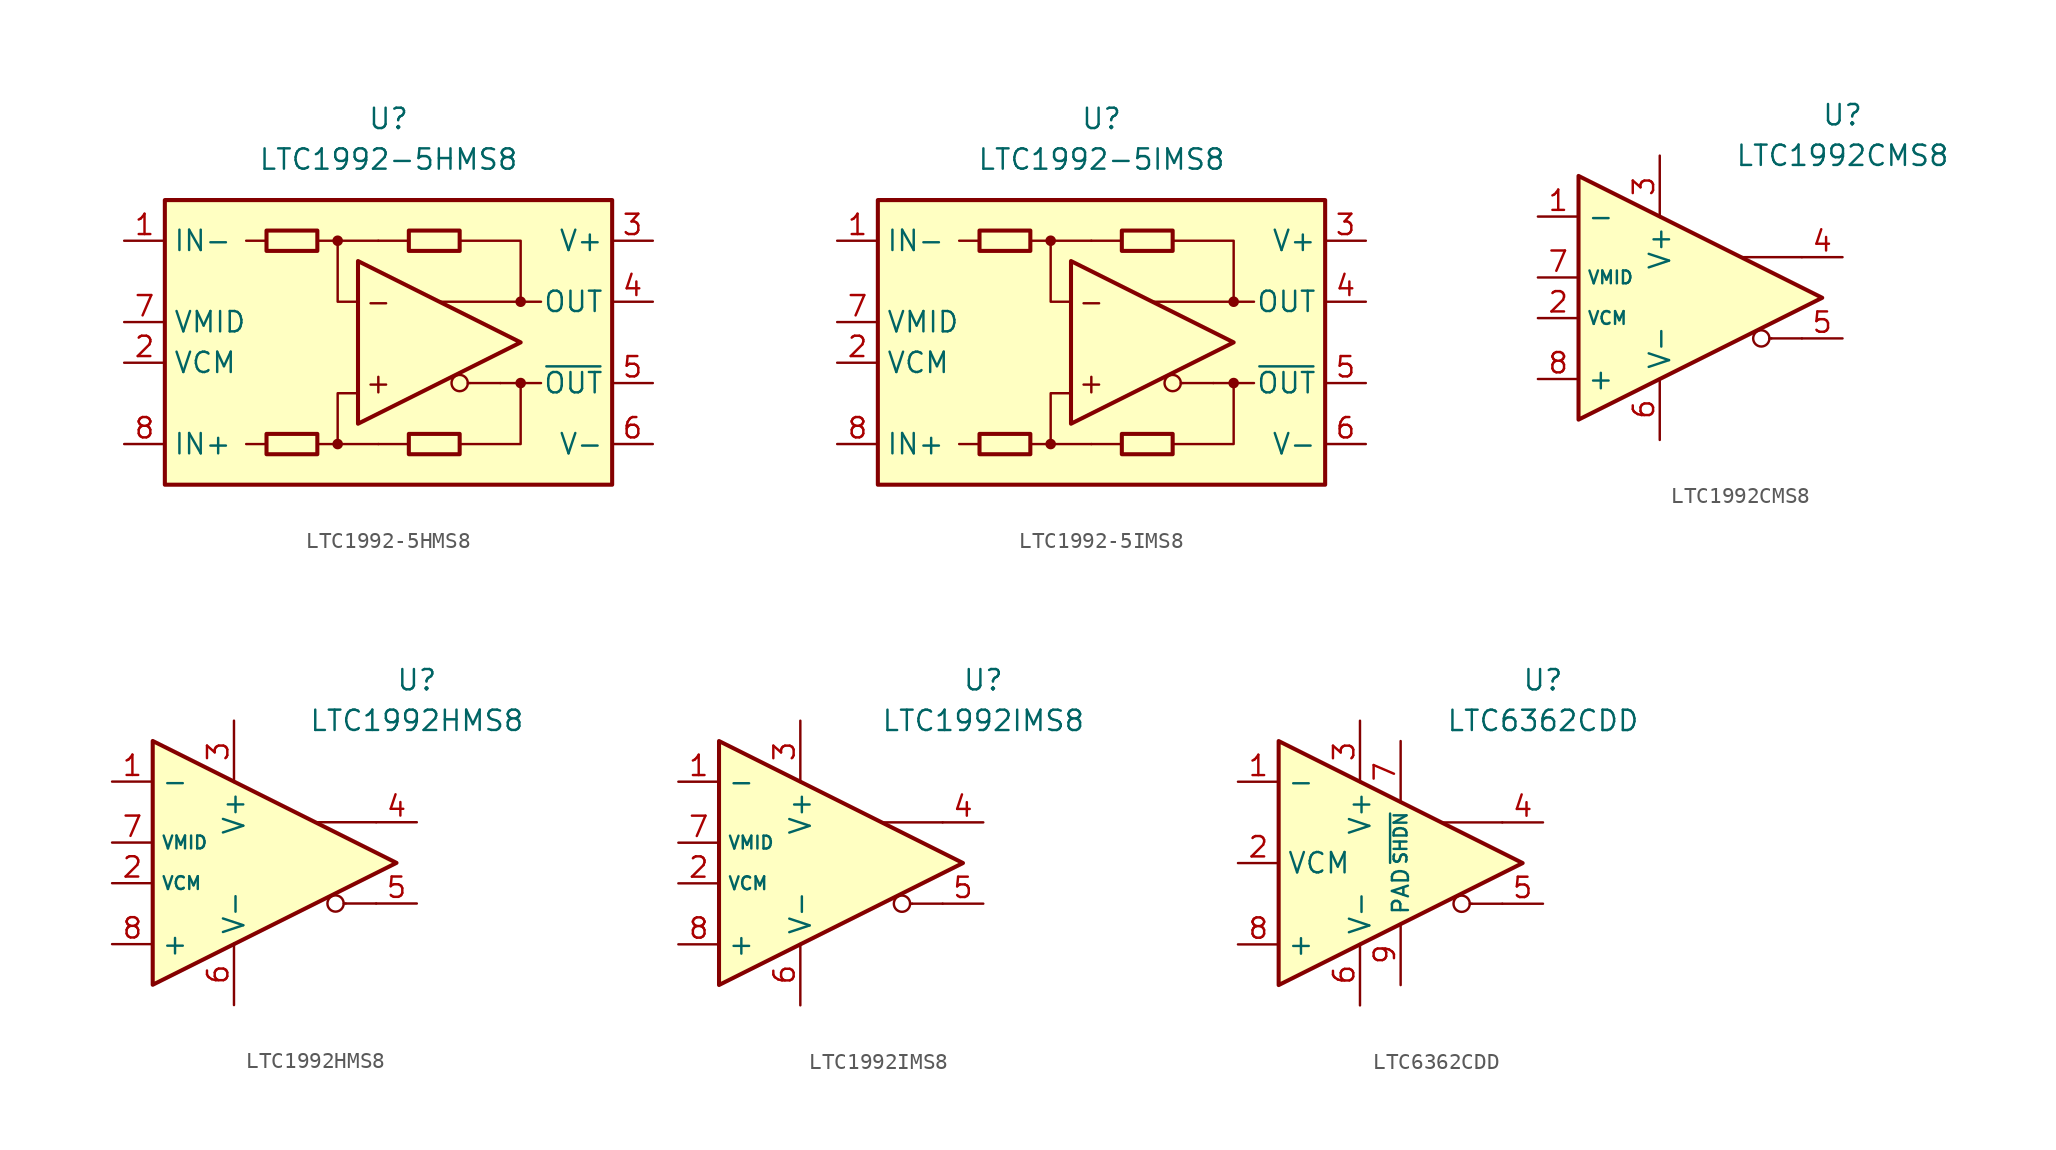
<source format=kicad_sym>
(kicad_symbol_lib
  (version 20211014)
  (generator kicad_symbol_editor)
  (symbol "LTC1992-5HMS8"
    (property "Reference" "U"
      (at 0 13.97 0)
      (effects (font (size 1.27 1.27))))
    (property "Value" "LTC1992-5HMS8"
      (at 0 11.43 0)
      (effects (font (size 1.27 1.27))))
    (symbol "LTC1992-5HMS8_0_0"
      (rectangle (start -13.97 8.89) (end 13.97 -8.89) (stroke (width 0.254) (type default) (color 0 0 0 0)) (fill (type background)))
      (circle (center -3.175 -6.35) (radius 0.254) (stroke (width 0.152) (type default) (color 0 0 0 0)) (fill (type outline)))
      (circle (center -3.175 6.35) (radius 0.254) (stroke (width 0.152) (type default) (color 0 0 0 0)) (fill (type outline)))
      (polyline (pts (xy -7.62 -6.35) (xy -8.89 -6.35)) (stroke (width 0.152) (type default) (color 0 0 0 0)) (fill (type none)))
      (polyline (pts (xy -7.62 6.35) (xy -8.89 6.35)) (stroke (width 0.152) (type default) (color 0 0 0 0)) (fill (type none)))
      (polyline (pts (xy -3.175 6.35) (xy -0.635 6.35)) (stroke (width 0.152) (type default) (color 0 0 0 0)) (fill (type none)))
      (polyline (pts (xy -0.635 -6.35) (xy -3.175 -6.35)) (stroke (width 0.152) (type default) (color 0 0 0 0)) (fill (type none)))
      (polyline (pts (xy 1.27 -6.35) (xy -0.635 -6.35)) (stroke (width 0.152) (type default) (color 0 0 0 0)) (fill (type none)))
      (polyline (pts (xy 1.27 6.35) (xy -0.635 6.35)) (stroke (width 0.152) (type default) (color 0 0 0 0)) (fill (type none)))
      (polyline (pts (xy 5.08 -2.54) (xy 4.953 -2.54)) (stroke (width 0.152) (type default) (color 0 0 0 0)) (fill (type none)))
      (polyline (pts (xy 6.985 -2.54) (xy 5.08 -2.54)) (stroke (width 0.152) (type default) (color 0 0 0 0)) (fill (type none)))
      (polyline (pts (xy 8.255 -2.54) (xy 9.525 -2.54)) (stroke (width 0.152) (type default) (color 0 0 0 0)) (fill (type none)))
      (polyline (pts (xy 8.255 2.54) (xy 9.525 2.54)) (stroke (width 0.152) (type default) (color 0 0 0 0)) (fill (type none)))
      (polyline (pts (xy -4.445 -6.35) (xy -3.175 -6.35) (xy -3.175 -3.175) (xy -1.905 -3.175)) (stroke (width 0.152) (type default) (color 0 0 0 0)) (fill (type none)))
      (polyline (pts (xy -1.905 2.54) (xy -3.175 2.54) (xy -3.175 6.35) (xy -4.445 6.35)) (stroke (width 0.152) (type default) (color 0 0 0 0)) (fill (type none)))
      (polyline (pts (xy 4.445 6.35) (xy 8.255 6.35) (xy 8.255 2.54) (xy 3.175 2.54)) (stroke (width 0.152) (type default) (color 0 0 0 0)) (fill (type none)))
      (polyline (pts (xy 6.985 -2.54) (xy 8.255 -2.54) (xy 8.255 -6.35) (xy 4.445 -6.35)) (stroke (width 0.152) (type default) (color 0 0 0 0)) (fill (type none)))
      (circle (center 4.445 -2.54) (radius 0.508) (stroke (width 0.152) (type default) (color 0 0 0 0)) (fill (type none)))
      (circle (center 8.255 -2.54) (radius 0.254) (stroke (width 0.152) (type default) (color 0 0 0 0)) (fill (type outline)))
      (circle (center 8.255 2.54) (radius 0.254) (stroke (width 0.152) (type default) (color 0 0 0 0)) (fill (type outline)))
      (text "+" (at -0.635 -2.54 0) (effects (font (size 1.27 1.27))))
      (text "-" (at -0.635 2.54 0) (effects (font (size 1.27 1.27)))))
    (symbol "LTC1992-5HMS8_0_1"
      (rectangle (start -7.62 -5.715) (end -4.445 -6.985) (stroke (width 0.254) (type default) (color 0 0 0 0)) (fill (type none)))
      (rectangle (start -7.62 6.985) (end -4.445 5.715) (stroke (width 0.254) (type default) (color 0 0 0 0)) (fill (type none)))
      (polyline (pts (xy -1.905 5.08) (xy -1.905 -5.08) (xy 8.255 0) (xy -1.905 5.08)) (stroke (width 0.254) (type default) (color 0 0 0 0)) (fill (type none)))
      (rectangle (start 1.27 -5.715) (end 4.445 -6.985) (stroke (width 0.254) (type default) (color 0 0 0 0)) (fill (type none)))
      (rectangle (start 1.27 6.985) (end 4.445 5.715) (stroke (width 0.254) (type default) (color 0 0 0 0)) (fill (type none))))
    (symbol "LTC1992-5HMS8_1_1"
      (pin input line (at -16.51 6.35 0) (length 2.54) (name "IN-" (effects (font (size 1.27 1.27)))) (number "1" (effects (font (size 1.27 1.27)))))
      (pin input line (at -16.51 -1.27 0) (length 2.54) (name "VCM" (effects (font (size 1.27 1.27)))) (number "2" (effects (font (size 1.27 1.27)))))
      (pin power_in line (at 16.51 6.35 180) (length 2.54) (name "V+" (effects (font (size 1.27 1.27)))) (number "3" (effects (font (size 1.27 1.27)))))
      (pin output line (at 16.51 2.54 180) (length 2.54) (name "OUT" (effects (font (size 1.27 1.27)))) (number "4" (effects (font (size 1.27 1.27)))))
      (pin output line (at 16.51 -2.54 180) (length 2.54) (name "~{OUT}" (effects (font (size 1.27 1.27)))) (number "5" (effects (font (size 1.27 1.27)))))
      (pin power_in line (at 16.51 -6.35 180) (length 2.54) (name "V-" (effects (font (size 1.27 1.27)))) (number "6" (effects (font (size 1.27 1.27)))))
      (pin output line (at -16.51 1.27 0) (length 2.54) (name "VMID" (effects (font (size 1.27 1.27)))) (number "7" (effects (font (size 1.27 1.27)))))
      (pin input line (at -16.51 -6.35 0) (length 2.54) (name "IN+" (effects (font (size 1.27 1.27)))) (number "8" (effects (font (size 1.27 1.27)))))))
  (symbol "LTC1992-5IMS8"
    (property "Reference" "U"
      (at 0 13.97 0)
      (effects (font (size 1.27 1.27))))
    (property "Value" "LTC1992-5IMS8"
      (at 0 11.43 0)
      (effects (font (size 1.27 1.27))))
    (symbol "LTC1992-5IMS8_0_0"
      (rectangle (start -13.97 8.89) (end 13.97 -8.89) (stroke (width 0.254) (type default) (color 0 0 0 0)) (fill (type background)))
      (circle (center -3.175 -6.35) (radius 0.254) (stroke (width 0.152) (type default) (color 0 0 0 0)) (fill (type outline)))
      (circle (center -3.175 6.35) (radius 0.254) (stroke (width 0.152) (type default) (color 0 0 0 0)) (fill (type outline)))
      (polyline (pts (xy -7.62 -6.35) (xy -8.89 -6.35)) (stroke (width 0.152) (type default) (color 0 0 0 0)) (fill (type none)))
      (polyline (pts (xy -7.62 6.35) (xy -8.89 6.35)) (stroke (width 0.152) (type default) (color 0 0 0 0)) (fill (type none)))
      (polyline (pts (xy -3.175 6.35) (xy -0.635 6.35)) (stroke (width 0.152) (type default) (color 0 0 0 0)) (fill (type none)))
      (polyline (pts (xy -0.635 -6.35) (xy -3.175 -6.35)) (stroke (width 0.152) (type default) (color 0 0 0 0)) (fill (type none)))
      (polyline (pts (xy 1.27 -6.35) (xy -0.635 -6.35)) (stroke (width 0.152) (type default) (color 0 0 0 0)) (fill (type none)))
      (polyline (pts (xy 1.27 6.35) (xy -0.635 6.35)) (stroke (width 0.152) (type default) (color 0 0 0 0)) (fill (type none)))
      (polyline (pts (xy 5.08 -2.54) (xy 4.953 -2.54)) (stroke (width 0.152) (type default) (color 0 0 0 0)) (fill (type none)))
      (polyline (pts (xy 6.985 -2.54) (xy 5.08 -2.54)) (stroke (width 0.152) (type default) (color 0 0 0 0)) (fill (type none)))
      (polyline (pts (xy 8.255 -2.54) (xy 9.525 -2.54)) (stroke (width 0.152) (type default) (color 0 0 0 0)) (fill (type none)))
      (polyline (pts (xy 8.255 2.54) (xy 9.525 2.54)) (stroke (width 0.152) (type default) (color 0 0 0 0)) (fill (type none)))
      (polyline (pts (xy -4.445 -6.35) (xy -3.175 -6.35) (xy -3.175 -3.175) (xy -1.905 -3.175)) (stroke (width 0.152) (type default) (color 0 0 0 0)) (fill (type none)))
      (polyline (pts (xy -1.905 2.54) (xy -3.175 2.54) (xy -3.175 6.35) (xy -4.445 6.35)) (stroke (width 0.152) (type default) (color 0 0 0 0)) (fill (type none)))
      (polyline (pts (xy 4.445 6.35) (xy 8.255 6.35) (xy 8.255 2.54) (xy 3.175 2.54)) (stroke (width 0.152) (type default) (color 0 0 0 0)) (fill (type none)))
      (polyline (pts (xy 6.985 -2.54) (xy 8.255 -2.54) (xy 8.255 -6.35) (xy 4.445 -6.35)) (stroke (width 0.152) (type default) (color 0 0 0 0)) (fill (type none)))
      (circle (center 4.445 -2.54) (radius 0.508) (stroke (width 0.152) (type default) (color 0 0 0 0)) (fill (type none)))
      (circle (center 8.255 -2.54) (radius 0.254) (stroke (width 0.152) (type default) (color 0 0 0 0)) (fill (type outline)))
      (circle (center 8.255 2.54) (radius 0.254) (stroke (width 0.152) (type default) (color 0 0 0 0)) (fill (type outline)))
      (text "+" (at -0.635 -2.54 0) (effects (font (size 1.27 1.27))))
      (text "-" (at -0.635 2.54 0) (effects (font (size 1.27 1.27)))))
    (symbol "LTC1992-5IMS8_0_1"
      (rectangle (start -7.62 -5.715) (end -4.445 -6.985) (stroke (width 0.254) (type default) (color 0 0 0 0)) (fill (type none)))
      (rectangle (start -7.62 6.985) (end -4.445 5.715) (stroke (width 0.254) (type default) (color 0 0 0 0)) (fill (type none)))
      (polyline (pts (xy -1.905 5.08) (xy -1.905 -5.08) (xy 8.255 0) (xy -1.905 5.08)) (stroke (width 0.254) (type default) (color 0 0 0 0)) (fill (type none)))
      (rectangle (start 1.27 -5.715) (end 4.445 -6.985) (stroke (width 0.254) (type default) (color 0 0 0 0)) (fill (type none)))
      (rectangle (start 1.27 6.985) (end 4.445 5.715) (stroke (width 0.254) (type default) (color 0 0 0 0)) (fill (type none))))
    (symbol "LTC1992-5IMS8_1_1"
      (pin input line (at -16.51 6.35 0) (length 2.54) (name "IN-" (effects (font (size 1.27 1.27)))) (number "1" (effects (font (size 1.27 1.27)))))
      (pin input line (at -16.51 -1.27 0) (length 2.54) (name "VCM" (effects (font (size 1.27 1.27)))) (number "2" (effects (font (size 1.27 1.27)))))
      (pin power_in line (at 16.51 6.35 180) (length 2.54) (name "V+" (effects (font (size 1.27 1.27)))) (number "3" (effects (font (size 1.27 1.27)))))
      (pin output line (at 16.51 2.54 180) (length 2.54) (name "OUT" (effects (font (size 1.27 1.27)))) (number "4" (effects (font (size 1.27 1.27)))))
      (pin output line (at 16.51 -2.54 180) (length 2.54) (name "~{OUT}" (effects (font (size 1.27 1.27)))) (number "5" (effects (font (size 1.27 1.27)))))
      (pin power_in line (at 16.51 -6.35 180) (length 2.54) (name "V-" (effects (font (size 1.27 1.27)))) (number "6" (effects (font (size 1.27 1.27)))))
      (pin output line (at -16.51 1.27 0) (length 2.54) (name "VMID" (effects (font (size 1.27 1.27)))) (number "7" (effects (font (size 1.27 1.27)))))
      (pin input line (at -16.51 -6.35 0) (length 2.54) (name "IN+" (effects (font (size 1.27 1.27)))) (number "8" (effects (font (size 1.27 1.27)))))))
  (symbol "LTC1992CMS8"
    (property "Reference" "U"
      (at 8.89 11.43 0)
      (effects (font (size 1.27 1.27))))
    (property "Value" "LTC1992CMS8"
      (at 8.89 8.89 0)
      (effects (font (size 1.27 1.27))))
    (symbol "LTC1992CMS8_0_0"
      (polyline (pts (xy 4.445 -2.54) (xy 4.318 -2.54)) (stroke (width 0.152) (type default) (color 0 0 0 0)) (fill (type none)))
      (polyline (pts (xy 6.35 -2.54) (xy 4.445 -2.54)) (stroke (width 0.152) (type default) (color 0 0 0 0)) (fill (type none)))
      (polyline (pts (xy 6.35 2.54) (xy 2.54 2.54)) (stroke (width 0.152) (type default) (color 0 0 0 0)) (fill (type none)))
      (circle (center 3.81 -2.54) (radius 0.508) (stroke (width 0.152) (type default) (color 0 0 0 0)) (fill (type none))))
    (symbol "LTC1992CMS8_0_1"
      (polyline (pts (xy -7.62 7.62) (xy -7.62 -7.62) (xy 7.62 0) (xy -7.62 7.62)) (stroke (width 0.254) (type default) (color 0 0 0 0)) (fill (type background))))
    (symbol "LTC1992CMS8_1_1"
      (pin input line (at -10.16 5.08 0) (length 2.54) (name "-" (effects (font (size 1.27 1.27)))) (number "1" (effects (font (size 1.27 1.27)))))
      (pin input line (at -10.16 -1.27 0) (length 2.54) (name "VCM" (effects (font (size 0.8 0.8)))) (number "2" (effects (font (size 1.27 1.27)))))
      (pin power_in line (at -2.54 8.89 270) (length 3.84) (name "V+" (effects (font (size 1.27 1.27)))) (number "3" (effects (font (size 1.27 1.27)))))
      (pin output line (at 8.89 2.54 180) (length 2.54) (name "~" (effects (font (size 1.27 1.27)))) (number "4" (effects (font (size 1.27 1.27)))))
      (pin output line (at 8.89 -2.54 180) (length 2.54) (name "~" (effects (font (size 1.27 1.27)))) (number "5" (effects (font (size 1.27 1.27)))))
      (pin power_in line (at -2.54 -8.89 90) (length 3.84) (name "V-" (effects (font (size 1.27 1.27)))) (number "6" (effects (font (size 1.27 1.27)))))
      (pin output line (at -10.16 1.27 0) (length 2.54) (name "VMID" (effects (font (size 0.8 0.8)))) (number "7" (effects (font (size 1.27 1.27)))))
      (pin input line (at -10.16 -5.08 0) (length 2.54) (name "+" (effects (font (size 1.27 1.27)))) (number "8" (effects (font (size 1.27 1.27)))))))
  (symbol "LTC1992HMS8"
    (property "Reference" "U"
      (at 8.89 11.43 0)
      (effects (font (size 1.27 1.27))))
    (property "Value" "LTC1992HMS8"
      (at 8.89 8.89 0)
      (effects (font (size 1.27 1.27))))
    (symbol "LTC1992HMS8_0_0"
      (polyline (pts (xy 4.445 -2.54) (xy 4.318 -2.54)) (stroke (width 0.152) (type default) (color 0 0 0 0)) (fill (type none)))
      (polyline (pts (xy 6.35 -2.54) (xy 4.445 -2.54)) (stroke (width 0.152) (type default) (color 0 0 0 0)) (fill (type none)))
      (polyline (pts (xy 6.35 2.54) (xy 2.54 2.54)) (stroke (width 0.152) (type default) (color 0 0 0 0)) (fill (type none)))
      (circle (center 3.81 -2.54) (radius 0.508) (stroke (width 0.152) (type default) (color 0 0 0 0)) (fill (type none))))
    (symbol "LTC1992HMS8_0_1"
      (polyline (pts (xy -7.62 7.62) (xy -7.62 -7.62) (xy 7.62 0) (xy -7.62 7.62)) (stroke (width 0.254) (type default) (color 0 0 0 0)) (fill (type background))))
    (symbol "LTC1992HMS8_1_1"
      (pin input line (at -10.16 5.08 0) (length 2.54) (name "-" (effects (font (size 1.27 1.27)))) (number "1" (effects (font (size 1.27 1.27)))))
      (pin input line (at -10.16 -1.27 0) (length 2.54) (name "VCM" (effects (font (size 0.8 0.8)))) (number "2" (effects (font (size 1.27 1.27)))))
      (pin power_in line (at -2.54 8.89 270) (length 3.84) (name "V+" (effects (font (size 1.27 1.27)))) (number "3" (effects (font (size 1.27 1.27)))))
      (pin output line (at 8.89 2.54 180) (length 2.54) (name "~" (effects (font (size 1.27 1.27)))) (number "4" (effects (font (size 1.27 1.27)))))
      (pin output line (at 8.89 -2.54 180) (length 2.54) (name "~" (effects (font (size 1.27 1.27)))) (number "5" (effects (font (size 1.27 1.27)))))
      (pin power_in line (at -2.54 -8.89 90) (length 3.84) (name "V-" (effects (font (size 1.27 1.27)))) (number "6" (effects (font (size 1.27 1.27)))))
      (pin output line (at -10.16 1.27 0) (length 2.54) (name "VMID" (effects (font (size 0.8 0.8)))) (number "7" (effects (font (size 1.27 1.27)))))
      (pin input line (at -10.16 -5.08 0) (length 2.54) (name "+" (effects (font (size 1.27 1.27)))) (number "8" (effects (font (size 1.27 1.27)))))))
  (symbol "LTC1992IMS8"
    (property "Reference" "U"
      (at 8.89 11.43 0)
      (effects (font (size 1.27 1.27))))
    (property "Value" "LTC1992IMS8"
      (at 8.89 8.89 0)
      (effects (font (size 1.27 1.27))))
    (symbol "LTC1992IMS8_0_0"
      (polyline (pts (xy 4.445 -2.54) (xy 4.318 -2.54)) (stroke (width 0.152) (type default) (color 0 0 0 0)) (fill (type none)))
      (polyline (pts (xy 6.35 -2.54) (xy 4.445 -2.54)) (stroke (width 0.152) (type default) (color 0 0 0 0)) (fill (type none)))
      (polyline (pts (xy 6.35 2.54) (xy 2.54 2.54)) (stroke (width 0.152) (type default) (color 0 0 0 0)) (fill (type none)))
      (circle (center 3.81 -2.54) (radius 0.508) (stroke (width 0.152) (type default) (color 0 0 0 0)) (fill (type none))))
    (symbol "LTC1992IMS8_0_1"
      (polyline (pts (xy -7.62 7.62) (xy -7.62 -7.62) (xy 7.62 0) (xy -7.62 7.62)) (stroke (width 0.254) (type default) (color 0 0 0 0)) (fill (type background))))
    (symbol "LTC1992IMS8_1_1"
      (pin input line (at -10.16 5.08 0) (length 2.54) (name "-" (effects (font (size 1.27 1.27)))) (number "1" (effects (font (size 1.27 1.27)))))
      (pin input line (at -10.16 -1.27 0) (length 2.54) (name "VCM" (effects (font (size 0.8 0.8)))) (number "2" (effects (font (size 1.27 1.27)))))
      (pin power_in line (at -2.54 8.89 270) (length 3.84) (name "V+" (effects (font (size 1.27 1.27)))) (number "3" (effects (font (size 1.27 1.27)))))
      (pin output line (at 8.89 2.54 180) (length 2.54) (name "~" (effects (font (size 1.27 1.27)))) (number "4" (effects (font (size 1.27 1.27)))))
      (pin output line (at 8.89 -2.54 180) (length 2.54) (name "~" (effects (font (size 1.27 1.27)))) (number "5" (effects (font (size 1.27 1.27)))))
      (pin power_in line (at -2.54 -8.89 90) (length 3.84) (name "V-" (effects (font (size 1.27 1.27)))) (number "6" (effects (font (size 1.27 1.27)))))
      (pin output line (at -10.16 1.27 0) (length 2.54) (name "VMID" (effects (font (size 0.8 0.8)))) (number "7" (effects (font (size 1.27 1.27)))))
      (pin input line (at -10.16 -5.08 0) (length 2.54) (name "+" (effects (font (size 1.27 1.27)))) (number "8" (effects (font (size 1.27 1.27)))))))
  (symbol "LTC6362CDD"
    (property "Reference" "U"
      (at 8.89 11.43 0)
      (effects (font (size 1.27 1.27))))
    (property "Value" "LTC6362CDD"
      (at 8.89 8.89 0)
      (effects (font (size 1.27 1.27))))
    (symbol "LTC6362CDD_0_0"
      (polyline (pts (xy 4.445 -2.54) (xy 4.318 -2.54)) (stroke (width 0.152) (type default) (color 0 0 0 0)) (fill (type none)))
      (polyline (pts (xy 6.35 -2.54) (xy 4.445 -2.54)) (stroke (width 0.152) (type default) (color 0 0 0 0)) (fill (type none)))
      (polyline (pts (xy 6.35 2.54) (xy 2.54 2.54)) (stroke (width 0.152) (type default) (color 0 0 0 0)) (fill (type none)))
      (circle (center 3.81 -2.54) (radius 0.508) (stroke (width 0.152) (type default) (color 0 0 0 0)) (fill (type none))))
    (symbol "LTC6362CDD_0_1"
      (polyline (pts (xy -7.62 7.62) (xy -7.62 -7.62) (xy 7.62 0) (xy -7.62 7.62)) (stroke (width 0.254) (type default) (color 0 0 0 0)) (fill (type background))))
    (symbol "LTC6362CDD_1_1"
      (pin input line (at -10.16 5.08 0) (length 2.54) (name "-" (effects (font (size 1.27 1.27)))) (number "1" (effects (font (size 1.27 1.27)))))
      (pin input line (at -10.16 0 0) (length 2.54) (name "VCM" (effects (font (size 1.27 1.27)))) (number "2" (effects (font (size 1.27 1.27)))))
      (pin power_in line (at -2.54 8.89 270) (length 3.84) (name "V+" (effects (font (size 1.27 1.27)))) (number "3" (effects (font (size 1.27 1.27)))))
      (pin output line (at 8.89 2.54 180) (length 2.54) (name "~" (effects (font (size 1.27 1.27)))) (number "4" (effects (font (size 1.27 1.27)))))
      (pin output line (at 8.89 -2.54 180) (length 2.54) (name "~" (effects (font (size 1.27 1.27)))) (number "5" (effects (font (size 1.27 1.27)))))
      (pin power_in line (at -2.54 -8.89 90) (length 3.84) (name "V-" (effects (font (size 1.27 1.27)))) (number "6" (effects (font (size 1.27 1.27)))))
      (pin input line (at 0 7.62 270) (length 3.84) (name "~{SHDN}" (effects (font (size 0.8 0.8)))) (number "7" (effects (font (size 1.27 1.27)))))
      (pin input line (at -10.16 -5.08 0) (length 2.54) (name "+" (effects (font (size 1.27 1.27)))) (number "8" (effects (font (size 1.27 1.27)))))
      (pin power_in line (at 0 -7.62 90) (length 3.84) (name "PAD" (effects (font (size 1 1)))) (number "9" (effects (font (size 1.27 1.27))))))))
</source>
